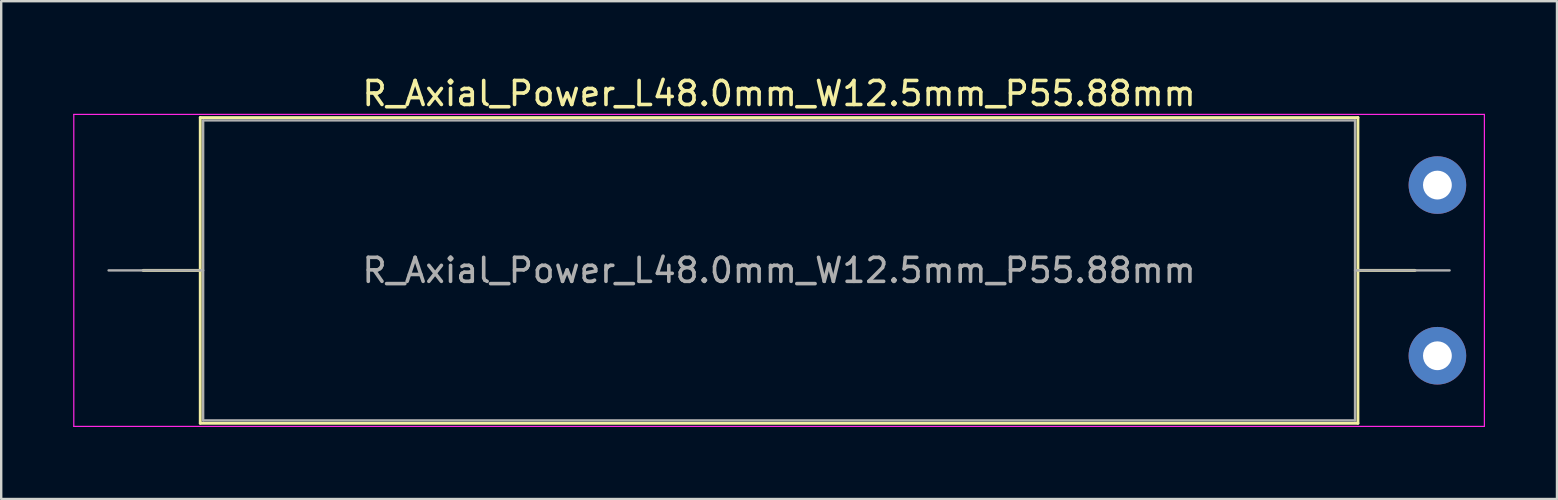
<source format=kicad_pcb>
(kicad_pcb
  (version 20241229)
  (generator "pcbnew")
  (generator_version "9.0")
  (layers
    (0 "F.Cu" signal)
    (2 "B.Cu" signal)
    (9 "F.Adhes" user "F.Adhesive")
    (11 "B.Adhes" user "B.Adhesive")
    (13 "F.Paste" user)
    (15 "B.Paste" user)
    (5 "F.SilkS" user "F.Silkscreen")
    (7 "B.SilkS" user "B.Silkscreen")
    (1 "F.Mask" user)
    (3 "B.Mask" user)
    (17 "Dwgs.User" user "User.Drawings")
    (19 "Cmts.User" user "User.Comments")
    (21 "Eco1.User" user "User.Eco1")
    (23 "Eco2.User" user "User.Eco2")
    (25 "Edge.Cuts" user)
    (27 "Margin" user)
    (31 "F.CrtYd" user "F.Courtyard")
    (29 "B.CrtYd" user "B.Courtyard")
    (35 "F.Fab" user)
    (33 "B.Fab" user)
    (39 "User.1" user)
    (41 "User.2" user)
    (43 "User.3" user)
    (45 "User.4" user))
  (footprint "R_Axial_Power_L48.0mm_W12.5mm_P55.88mm"
    (layer "F.Cu")
    (at 1.475 8.218)
    (property "Reference" "R_Axial_Power_L48.0mm_W12.5mm_P55.88mm" (at 27.94 -7.37 0) (layer "F.SilkS") (effects (font (size 1 1) (thickness 0.15))))
    (attr through_hole)
    (fp_line (start 1.44 0) (end 3.82 0) (stroke (width 0.12) (type solid)) (layer "F.SilkS"))
    (fp_line (start 3.82 -6.37) (end 3.82 6.37) (stroke (width 0.12) (type solid)) (layer "F.SilkS"))
    (fp_line (start 3.82 6.37) (end 52.06 6.37) (stroke (width 0.12) (type solid)) (layer "F.SilkS"))
    (fp_line (start 52.06 -6.37) (end 3.82 -6.37) (stroke (width 0.12) (type solid)) (layer "F.SilkS"))
    (fp_line (start 52.06 6.37) (end 52.06 -6.37) (stroke (width 0.12) (type solid)) (layer "F.SilkS"))
    (fp_line (start 54.44 0) (end 52.06 0) (stroke (width 0.12) (type solid)) (layer "F.SilkS"))
    (fp_line (start -1.45 -6.5) (end -1.45 6.5) (stroke (width 0.05) (type solid)) (layer "F.CrtYd"))
    (fp_line (start -1.45 6.5) (end 57.33 6.5) (stroke (width 0.05) (type solid)) (layer "F.CrtYd"))
    (fp_line (start 57.33 -6.5) (end -1.45 -6.5) (stroke (width 0.05) (type solid)) (layer "F.CrtYd"))
    (fp_line (start 57.33 6.5) (end 57.33 -6.5) (stroke (width 0.05) (type solid)) (layer "F.CrtYd"))
    (fp_line (start 0 0) (end 3.94 0) (stroke (width 0.1) (type solid)) (layer "F.Fab"))
    (fp_line (start 3.94 -6.25) (end 3.94 6.25) (stroke (width 0.1) (type solid)) (layer "F.Fab"))
    (fp_line (start 3.94 6.25) (end 51.94 6.25) (stroke (width 0.1) (type solid)) (layer "F.Fab"))
    (fp_line (start 51.94 -6.25) (end 3.94 -6.25) (stroke (width 0.1) (type solid)) (layer "F.Fab"))
    (fp_line (start 51.94 6.25) (end 51.94 -6.25) (stroke (width 0.1) (type solid)) (layer "F.Fab"))
    (fp_line (start 55.88 0) (end 51.94 0) (stroke (width 0.1) (type solid)) (layer "F.Fab"))
    (fp_text user "${REFERENCE}" (at 27.94 0 0) (layer "F.Fab") (effects (font (size 1 1) (thickness 0.15))))
    (pad "1" thru_hole circle (at 55.372 -3.556) (size 2.4 2.4) (drill 1.2) (layers "*.Cu" "*.Mask"))
    (pad "2" thru_hole oval (at 55.372 3.556) (size 2.4 2.4) (drill 1.2) (layers "*.Cu" "*.Mask")))
  (gr_rect
    (start -3 -3)
    (end 61.83 17.743)
    (stroke (width 0.1) (type default))
    (fill no)
    (layer "Edge.Cuts")))
</source>
